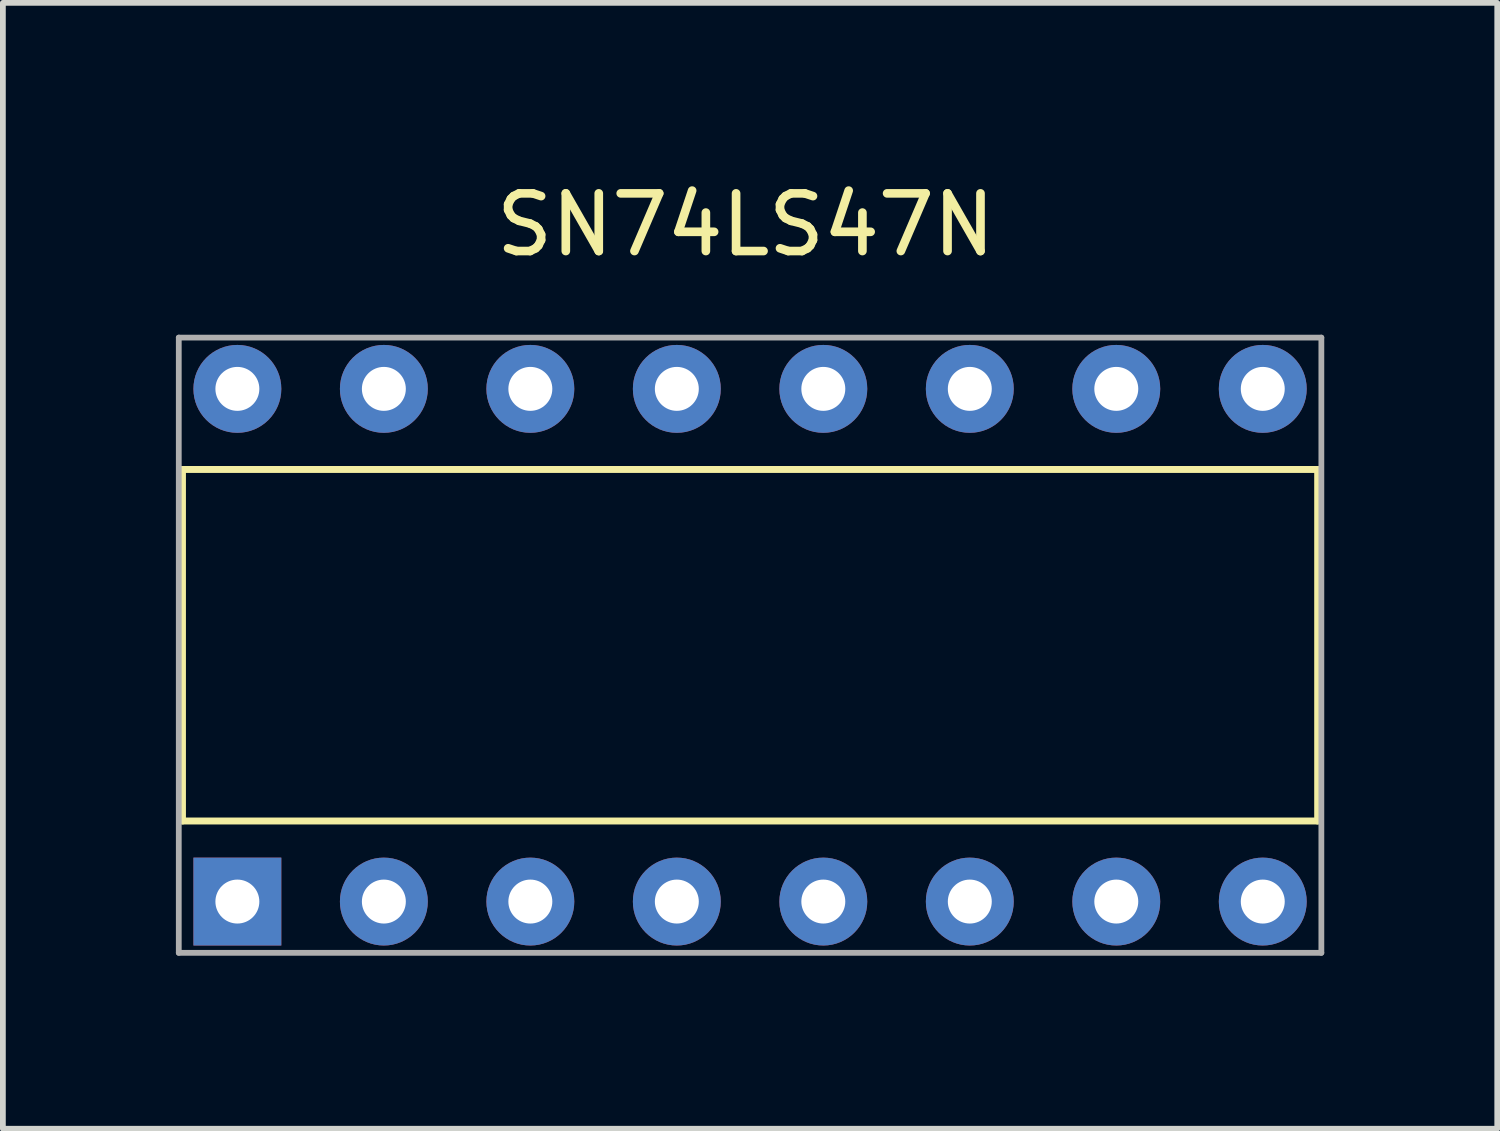
<source format=kicad_pcb>
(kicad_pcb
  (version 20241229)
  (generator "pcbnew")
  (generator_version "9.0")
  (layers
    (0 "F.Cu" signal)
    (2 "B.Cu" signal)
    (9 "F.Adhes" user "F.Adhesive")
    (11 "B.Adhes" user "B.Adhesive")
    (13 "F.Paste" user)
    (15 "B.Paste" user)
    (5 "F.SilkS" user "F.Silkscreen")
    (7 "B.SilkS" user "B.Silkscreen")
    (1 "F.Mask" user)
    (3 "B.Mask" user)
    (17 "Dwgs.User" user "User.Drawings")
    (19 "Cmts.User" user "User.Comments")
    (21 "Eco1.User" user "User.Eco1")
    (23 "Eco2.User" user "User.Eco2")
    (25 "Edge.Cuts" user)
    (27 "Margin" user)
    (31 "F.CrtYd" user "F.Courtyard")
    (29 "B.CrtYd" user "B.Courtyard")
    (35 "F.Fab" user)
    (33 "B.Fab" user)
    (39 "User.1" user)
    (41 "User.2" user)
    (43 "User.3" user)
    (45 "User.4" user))
  (footprint "SN74LS47N"
    (layer "F.Cu")
    (at 9.956 8.138)
    (property "Reference" "SN74LS47N" (at -0.076 -7.29 0) (layer "F.SilkS") (effects (font (size 1 1) (thickness 0.15))))
    (attr through_hole)
    (fp_line (start -9.842 -3.048) (end -9.842 3.048) (stroke (width 0.12) (type solid)) (layer "F.SilkS"))
    (fp_line (start -9.842 -3.048) (end 9.842 -3.048) (stroke (width 0.12) (type solid)) (layer "F.SilkS"))
    (fp_line (start 9.842 -3.048) (end 9.842 3.048) (stroke (width 0.12) (type solid)) (layer "F.SilkS"))
    (fp_line (start 9.842 3.048) (end -9.842 3.048) (stroke (width 0.12) (type solid)) (layer "F.SilkS"))
    (fp_line (start -9.906 -5.334) (end 9.906 -5.334) (stroke (width 0.1) (type solid)) (layer "F.Fab"))
    (fp_line (start -9.906 5.334) (end -9.906 -5.334) (stroke (width 0.1) (type solid)) (layer "F.Fab"))
    (fp_line (start 9.906 -5.334) (end 9.906 5.334) (stroke (width 0.1) (type solid)) (layer "F.Fab"))
    (fp_line (start 9.906 5.334) (end -9.906 5.334) (stroke (width 0.1) (type solid)) (layer "F.Fab"))
    (pad "1" thru_hole rect (at -8.89 4.445) (size 1.524 1.524) (drill 0.762) (layers "*.Cu" "*.Mask"))
    (pad "2" thru_hole circle (at -6.35 4.445) (size 1.524 1.524) (drill 0.762) (layers "*.Cu" "*.Mask"))
    (pad "3" thru_hole circle (at -3.81 4.445) (size 1.524 1.524) (drill 0.762) (layers "*.Cu" "*.Mask"))
    (pad "4" thru_hole circle (at -1.27 4.445) (size 1.524 1.524) (drill 0.762) (layers "*.Cu" "*.Mask"))
    (pad "5" thru_hole circle (at 1.27 4.445) (size 1.524 1.524) (drill 0.762) (layers "*.Cu" "*.Mask"))
    (pad "6" thru_hole circle (at 3.81 4.445) (size 1.524 1.524) (drill 0.762) (layers "*.Cu" "*.Mask"))
    (pad "7" thru_hole circle (at 6.35 4.445) (size 1.524 1.524) (drill 0.762) (layers "*.Cu" "*.Mask"))
    (pad "8" thru_hole circle (at 8.89 4.445) (size 1.524 1.524) (drill 0.762) (layers "*.Cu" "*.Mask"))
    (pad "9" thru_hole circle (at 8.89 -4.445) (size 1.524 1.524) (drill 0.762) (layers "*.Cu" "*.Mask"))
    (pad "10" thru_hole circle (at 6.35 -4.445) (size 1.524 1.524) (drill 0.762) (layers "*.Cu" "*.Mask"))
    (pad "11" thru_hole circle (at 3.81 -4.445) (size 1.524 1.524) (drill 0.762) (layers "*.Cu" "*.Mask"))
    (pad "12" thru_hole circle (at 1.27 -4.445) (size 1.524 1.524) (drill 0.762) (layers "*.Cu" "*.Mask"))
    (pad "13" thru_hole circle (at -1.27 -4.445) (size 1.524 1.524) (drill 0.762) (layers "*.Cu" "*.Mask"))
    (pad "14" thru_hole circle (at -3.81 -4.445) (size 1.524 1.524) (drill 0.762) (layers "*.Cu" "*.Mask"))
    (pad "15" thru_hole circle (at -6.35 -4.445) (size 1.524 1.524) (drill 0.762) (layers "*.Cu" "*.Mask"))
    (pad "16" thru_hole circle (at -8.89 -4.445) (size 1.524 1.524) (drill 0.762) (layers "*.Cu" "*.Mask")))
  (gr_rect
    (start -3 -3)
    (end 22.912 16.522)
    (stroke (width 0.1) (type default))
    (fill no)
    (layer "Edge.Cuts")))
</source>
